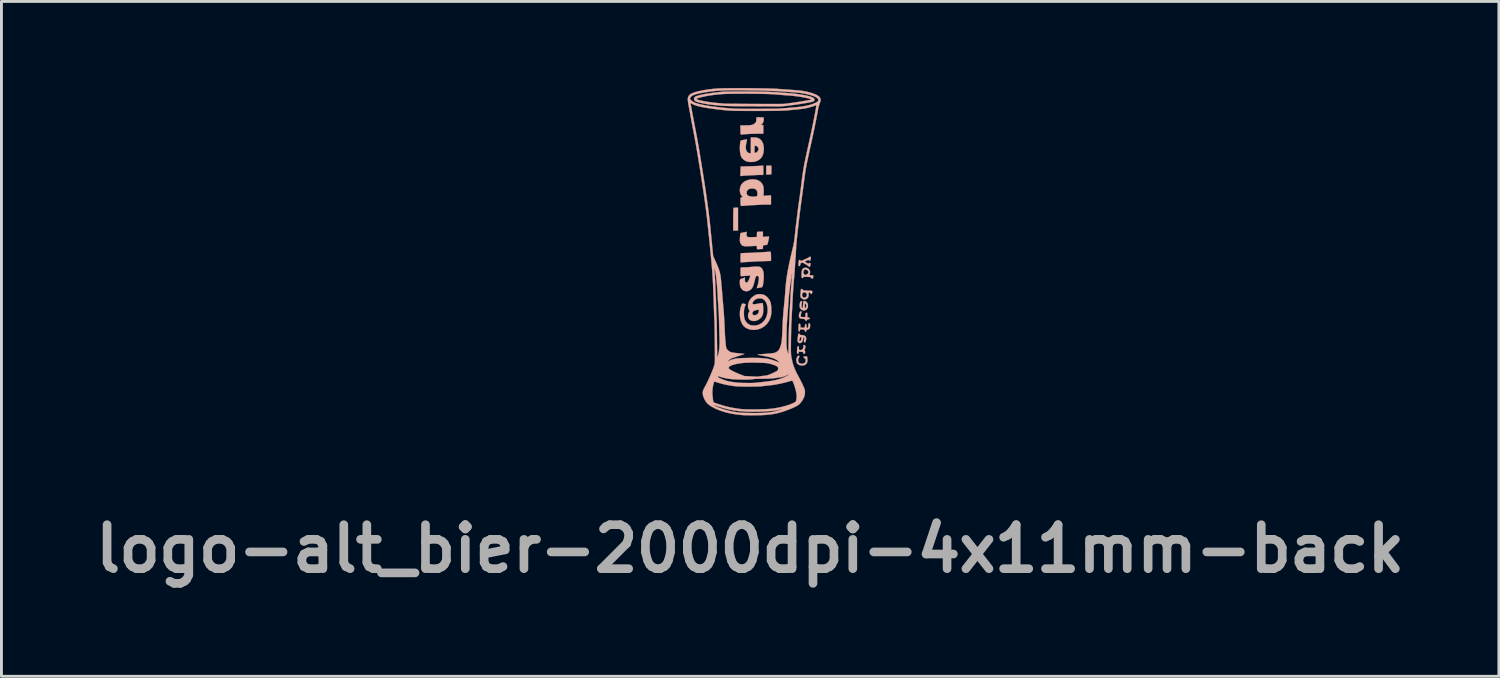
<source format=kicad_pcb>
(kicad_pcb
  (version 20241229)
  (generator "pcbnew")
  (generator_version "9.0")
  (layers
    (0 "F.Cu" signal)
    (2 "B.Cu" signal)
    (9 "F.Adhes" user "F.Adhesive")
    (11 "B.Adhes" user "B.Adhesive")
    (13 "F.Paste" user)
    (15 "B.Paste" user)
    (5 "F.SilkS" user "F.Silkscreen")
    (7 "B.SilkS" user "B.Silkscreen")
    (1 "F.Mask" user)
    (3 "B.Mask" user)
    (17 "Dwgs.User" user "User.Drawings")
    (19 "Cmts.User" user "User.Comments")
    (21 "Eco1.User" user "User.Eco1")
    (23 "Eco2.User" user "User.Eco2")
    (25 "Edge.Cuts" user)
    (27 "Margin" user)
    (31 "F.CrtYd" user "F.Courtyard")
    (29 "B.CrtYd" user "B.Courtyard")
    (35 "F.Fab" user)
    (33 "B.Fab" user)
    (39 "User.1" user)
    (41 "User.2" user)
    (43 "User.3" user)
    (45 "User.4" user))
  (footprint "logo-alt_bier-2000dpi-4x11mm-back"
    (layer "F.Cu")
    (at 22.94 5.663)
    (property "Reference" "logo-alt_bier-2000dpi-4x11mm-back" (at 0 10.3 0) (layer "F.Fab") (effects (font (size 1.524 1.524) (thickness 0.3))))
    (attr through_hole)
    (fp_poly (pts (xy -0.495 -1.517) (xy -0.536 -1.515) (xy -0.566 -1.513) (xy -0.577 -1.512) (xy -0.579 -1.5) (xy -0.582 -1.465) (xy -0.583 -1.411) (xy -0.585 -1.341) (xy -0.586 -1.257) (xy -0.587 -1.164) (xy -0.587 -1.118) (xy -0.587 -0.724) (xy -0.421 -0.724) (xy -0.421 -1.52) (xy -0.495 -1.517)) (stroke (width 0.01) (type solid)) (fill yes) (layer "B.SilkS"))
    (fp_poly (pts (xy 0.645 -2.974) (xy 0.556 -2.97) (xy 0.556 -2.667) (xy 0.645 -2.667) (xy 0.697 -2.669) (xy 0.726 -2.674) (xy 0.735 -2.683) (xy 0.735 -2.708) (xy 0.735 -2.75) (xy 0.735 -2.801) (xy 0.736 -2.855) (xy 0.736 -2.904) (xy 0.735 -2.941) (xy 0.735 -2.959) (xy 0.73 -2.969) (xy 0.713 -2.974) (xy 0.678 -2.975) (xy 0.645 -2.974)) (stroke (width 0.01) (type solid)) (fill yes) (layer "B.SilkS"))
    (fp_poly (pts (xy 0.337 -2.967) (xy 0.288 -2.964) (xy 0.219 -2.961) (xy 0.137 -2.958) (xy 0.048 -2.954) (xy -0.042 -2.952) (xy -0.053 -2.951) (xy -0.134 -2.949) (xy -0.205 -2.947) (xy -0.263 -2.945) (xy -0.305 -2.943) (xy -0.326 -2.942) (xy -0.328 -2.942) (xy -0.329 -2.929) (xy -0.331 -2.896) (xy -0.333 -2.847) (xy -0.335 -2.787) (xy -0.335 -2.778) (xy -0.34 -2.616) (xy -0.3 -2.616) (xy -0.271 -2.618) (xy -0.255 -2.622) (xy -0.255 -2.622) (xy -0.241 -2.625) (xy -0.206 -2.628) (xy -0.155 -2.631) (xy -0.092 -2.634) (xy -0.059 -2.636) (xy 0.014 -2.639) (xy 0.083 -2.642) (xy 0.143 -2.645) (xy 0.185 -2.647) (xy 0.194 -2.648) (xy 0.24 -2.65) (xy 0.298 -2.652) (xy 0.356 -2.653) (xy 0.455 -2.654) (xy 0.455 -2.975) (xy 0.337 -2.967)) (stroke (width 0.01) (type solid)) (fill yes) (layer "B.SilkS"))
    (fp_poly (pts (xy 1.678 3.609) (xy 1.649 3.626) (xy 1.623 3.662) (xy 1.605 3.708) (xy 1.598 3.759) (xy 1.598 3.762) (xy 1.607 3.834) (xy 1.635 3.889) (xy 1.682 3.926) (xy 1.746 3.946) (xy 1.795 3.95) (xy 1.86 3.944) (xy 1.907 3.927) (xy 1.911 3.925) (xy 1.949 3.889) (xy 1.975 3.839) (xy 1.987 3.784) (xy 1.982 3.741) (xy 1.976 3.708) (xy 1.979 3.683) (xy 1.98 3.682) (xy 1.983 3.659) (xy 1.964 3.642) (xy 1.927 3.633) (xy 1.907 3.632) (xy 1.872 3.634) (xy 1.856 3.641) (xy 1.852 3.657) (xy 1.852 3.658) (xy 1.863 3.683) (xy 1.882 3.695) (xy 1.909 3.717) (xy 1.923 3.753) (xy 1.922 3.795) (xy 1.909 3.835) (xy 1.883 3.865) (xy 1.873 3.871) (xy 1.819 3.888) (xy 1.762 3.887) (xy 1.713 3.871) (xy 1.692 3.855) (xy 1.668 3.814) (xy 1.66 3.763) (xy 1.669 3.712) (xy 1.688 3.678) (xy 1.705 3.647) (xy 1.705 3.622) (xy 1.691 3.609) (xy 1.678 3.609)) (stroke (width 0.01) (type solid)) (fill yes) (layer "B.SilkS"))
    (fp_poly (pts (xy 1.734 2.084) (xy 1.714 2.114) (xy 1.698 2.156) (xy 1.689 2.205) (xy 1.688 2.224) (xy 1.693 2.272) (xy 1.714 2.305) (xy 1.754 2.325) (xy 1.815 2.334) (xy 1.818 2.334) (xy 1.863 2.338) (xy 1.889 2.344) (xy 1.901 2.354) (xy 1.905 2.367) (xy 1.916 2.389) (xy 1.936 2.399) (xy 1.956 2.396) (xy 1.966 2.38) (xy 1.966 2.377) (xy 1.972 2.359) (xy 1.992 2.35) (xy 2.014 2.347) (xy 2.046 2.341) (xy 2.06 2.329) (xy 2.061 2.318) (xy 2.055 2.299) (xy 2.031 2.29) (xy 2.02 2.288) (xy 1.979 2.284) (xy 1.979 2.203) (xy 1.978 2.158) (xy 1.974 2.133) (xy 1.966 2.123) (xy 1.955 2.121) (xy 1.934 2.128) (xy 1.921 2.15) (xy 1.916 2.192) (xy 1.915 2.217) (xy 1.915 2.273) (xy 1.853 2.273) (xy 1.812 2.272) (xy 1.779 2.268) (xy 1.77 2.266) (xy 1.755 2.247) (xy 1.751 2.212) (xy 1.759 2.166) (xy 1.77 2.137) (xy 1.781 2.1) (xy 1.777 2.079) (xy 1.776 2.078) (xy 1.755 2.071) (xy 1.734 2.084)) (stroke (width 0.01) (type solid)) (fill yes) (layer "B.SilkS"))
    (fp_poly (pts (xy 1.852 1.723) (xy 1.842 1.751) (xy 1.835 1.801) (xy 1.832 1.841) (xy 1.827 1.895) (xy 1.822 1.937) (xy 1.816 1.963) (xy 1.813 1.968) (xy 1.799 1.959) (xy 1.787 1.941) (xy 1.779 1.909) (xy 1.78 1.859) (xy 1.79 1.787) (xy 1.796 1.755) (xy 1.8 1.726) (xy 1.794 1.716) (xy 1.774 1.717) (xy 1.749 1.732) (xy 1.73 1.769) (xy 1.717 1.823) (xy 1.713 1.877) (xy 1.722 1.94) (xy 1.749 1.991) (xy 1.789 2.026) (xy 1.839 2.043) (xy 1.894 2.04) (xy 1.931 2.025) (xy 1.971 1.99) (xy 1.995 1.942) (xy 2.004 1.886) (xy 2.002 1.868) (xy 1.946 1.868) (xy 1.945 1.896) (xy 1.935 1.924) (xy 1.918 1.958) (xy 1.904 1.967) (xy 1.895 1.951) (xy 1.89 1.911) (xy 1.89 1.887) (xy 1.892 1.834) (xy 1.9 1.804) (xy 1.911 1.798) (xy 1.926 1.816) (xy 1.935 1.834) (xy 1.946 1.868) (xy 2.002 1.868) (xy 1.998 1.83) (xy 1.977 1.779) (xy 1.941 1.741) (xy 1.928 1.734) (xy 1.892 1.717) (xy 1.868 1.712) (xy 1.852 1.723)) (stroke (width 0.01) (type solid)) (fill yes) (layer "B.SilkS"))
    (fp_poly (pts (xy 1.845 3.242) (xy 1.841 3.257) (xy 1.845 3.284) (xy 1.847 3.319) (xy 1.837 3.348) (xy 1.82 3.374) (xy 1.795 3.402) (xy 1.771 3.413) (xy 1.739 3.414) (xy 1.693 3.41) (xy 1.689 3.343) (xy 1.685 3.303) (xy 1.678 3.283) (xy 1.665 3.277) (xy 1.662 3.277) (xy 1.646 3.285) (xy 1.634 3.313) (xy 1.627 3.362) (xy 1.624 3.434) (xy 1.623 3.458) (xy 1.624 3.503) (xy 1.627 3.529) (xy 1.635 3.541) (xy 1.648 3.543) (xy 1.649 3.543) (xy 1.67 3.535) (xy 1.682 3.506) (xy 1.683 3.504) (xy 1.691 3.477) (xy 1.705 3.469) (xy 1.728 3.472) (xy 1.77 3.478) (xy 1.803 3.48) (xy 1.829 3.484) (xy 1.838 3.499) (xy 1.839 3.512) (xy 1.845 3.537) (xy 1.862 3.543) (xy 1.887 3.539) (xy 1.894 3.535) (xy 1.901 3.516) (xy 1.903 3.484) (xy 1.9 3.45) (xy 1.894 3.423) (xy 1.888 3.413) (xy 1.881 3.403) (xy 1.893 3.379) (xy 1.894 3.378) (xy 1.912 3.337) (xy 1.915 3.297) (xy 1.904 3.263) (xy 1.879 3.242) (xy 1.861 3.239) (xy 1.845 3.242)) (stroke (width 0.01) (type solid)) (fill yes) (layer "B.SilkS"))
    (fp_poly (pts (xy 0.24 -4.649) (xy 0.236 -4.649) (xy 0.223 -4.645) (xy 0.216 -4.629) (xy 0.214 -4.596) (xy 0.213 -4.571) (xy 0.212 -4.526) (xy 0.206 -4.496) (xy 0.191 -4.472) (xy 0.166 -4.445) (xy 0.133 -4.418) (xy 0.095 -4.397) (xy 0.047 -4.383) (xy -0.014 -4.374) (xy -0.093 -4.37) (xy -0.178 -4.369) (xy -0.339 -4.369) (xy -0.337 -4.239) (xy -0.336 -4.181) (xy -0.335 -4.13) (xy -0.334 -4.093) (xy -0.333 -4.08) (xy -0.326 -4.057) (xy -0.303 -4.051) (xy -0.278 -4.053) (xy -0.268 -4.056) (xy -0.254 -4.059) (xy -0.218 -4.062) (xy -0.166 -4.065) (xy -0.101 -4.069) (xy -0.027 -4.073) (xy 0.052 -4.076) (xy 0.13 -4.079) (xy 0.205 -4.081) (xy 0.271 -4.083) (xy 0.325 -4.083) (xy 0.455 -4.083) (xy 0.455 -4.381) (xy 0.374 -4.381) (xy 0.406 -4.416) (xy 0.433 -4.449) (xy 0.454 -4.48) (xy 0.455 -4.482) (xy 0.462 -4.507) (xy 0.468 -4.545) (xy 0.471 -4.586) (xy 0.471 -4.621) (xy 0.467 -4.64) (xy 0.466 -4.641) (xy 0.452 -4.643) (xy 0.42 -4.646) (xy 0.376 -4.648) (xy 0.326 -4.649) (xy 0.279 -4.65) (xy 0.24 -4.649)) (stroke (width 0.01) (type solid)) (fill yes) (layer "B.SilkS"))
    (fp_poly (pts (xy 0.653 0.01) (xy 0.605 0.013) (xy 0.592 0.014) (xy 0.542 0.018) (xy 0.475 0.022) (xy 0.397 0.027) (xy 0.316 0.031) (xy 0.285 0.032) (xy 0.212 0.035) (xy 0.146 0.039) (xy 0.091 0.042) (xy 0.054 0.044) (xy 0.042 0.045) (xy 0.015 0.047) (xy -0.031 0.049) (xy -0.09 0.051) (xy -0.155 0.052) (xy -0.158 0.052) (xy -0.22 0.054) (xy -0.272 0.057) (xy -0.31 0.061) (xy -0.327 0.066) (xy -0.328 0.066) (xy -0.331 0.083) (xy -0.333 0.12) (xy -0.335 0.171) (xy -0.335 0.226) (xy -0.335 0.375) (xy -0.302 0.376) (xy -0.277 0.376) (xy -0.266 0.374) (xy -0.253 0.372) (xy -0.219 0.369) (xy -0.168 0.366) (xy -0.107 0.363) (xy -0.085 0.362) (xy -0.017 0.358) (xy 0.043 0.355) (xy 0.091 0.352) (xy 0.12 0.349) (xy 0.124 0.348) (xy 0.146 0.347) (xy 0.188 0.344) (xy 0.248 0.342) (xy 0.321 0.339) (xy 0.402 0.336) (xy 0.438 0.335) (xy 0.722 0.326) (xy 0.722 0.171) (xy 0.72 0.096) (xy 0.717 0.044) (xy 0.712 0.016) (xy 0.708 0.01) (xy 0.689 0.009) (xy 0.653 0.01)) (stroke (width 0.01) (type solid)) (fill yes) (layer "B.SilkS"))
    (fp_poly (pts (xy 1.675 2.848) (xy 1.666 2.862) (xy 1.66 2.893) (xy 1.657 2.924) (xy 1.651 2.977) (xy 1.645 3.027) (xy 1.641 3.054) (xy 1.643 3.104) (xy 1.661 3.142) (xy 1.691 3.167) (xy 1.727 3.175) (xy 1.765 3.163) (xy 1.786 3.145) (xy 1.815 3.1) (xy 1.834 3.041) (xy 1.839 2.995) (xy 1.841 2.98) (xy 1.775 2.98) (xy 1.773 3.015) (xy 1.772 3.016) (xy 1.763 3.06) (xy 1.748 3.091) (xy 1.731 3.108) (xy 1.716 3.108) (xy 1.704 3.088) (xy 1.702 3.077) (xy 1.704 3.045) (xy 1.716 3.009) (xy 1.733 2.978) (xy 1.752 2.96) (xy 1.758 2.959) (xy 1.77 2.963) (xy 1.775 2.98) (xy 1.841 2.98) (xy 1.843 2.97) (xy 1.855 2.966) (xy 1.86 2.968) (xy 1.872 2.978) (xy 1.876 3) (xy 1.872 3.034) (xy 1.867 3.075) (xy 1.862 3.109) (xy 1.861 3.118) (xy 1.867 3.14) (xy 1.886 3.147) (xy 1.906 3.145) (xy 1.919 3.128) (xy 1.927 3.103) (xy 1.94 3.029) (xy 1.934 2.972) (xy 1.908 2.931) (xy 1.862 2.906) (xy 1.796 2.896) (xy 1.782 2.896) (xy 1.745 2.893) (xy 1.727 2.883) (xy 1.721 2.87) (xy 1.705 2.849) (xy 1.689 2.845) (xy 1.675 2.848)) (stroke (width 0.01) (type solid)) (fill yes) (layer "B.SilkS"))
    (fp_poly (pts (xy 2.029 2.487) (xy 2.019 2.515) (xy 2.017 2.548) (xy 2.012 2.601) (xy 1.998 2.638) (xy 1.977 2.654) (xy 1.973 2.654) (xy 1.961 2.646) (xy 1.954 2.618) (xy 1.951 2.581) (xy 1.947 2.537) (xy 1.939 2.514) (xy 1.928 2.508) (xy 1.914 2.519) (xy 1.902 2.553) (xy 1.898 2.576) (xy 1.886 2.643) (xy 1.815 2.639) (xy 1.744 2.635) (xy 1.74 2.569) (xy 1.736 2.529) (xy 1.729 2.508) (xy 1.716 2.502) (xy 1.713 2.502) (xy 1.696 2.505) (xy 1.685 2.519) (xy 1.678 2.546) (xy 1.675 2.59) (xy 1.674 2.655) (xy 1.674 2.709) (xy 1.676 2.743) (xy 1.681 2.761) (xy 1.69 2.768) (xy 1.699 2.769) (xy 1.719 2.761) (xy 1.725 2.738) (xy 1.727 2.714) (xy 1.738 2.701) (xy 1.762 2.697) (xy 1.804 2.7) (xy 1.817 2.701) (xy 1.858 2.706) (xy 1.88 2.714) (xy 1.89 2.727) (xy 1.892 2.742) (xy 1.903 2.771) (xy 1.921 2.779) (xy 1.939 2.766) (xy 1.947 2.744) (xy 1.957 2.716) (xy 1.977 2.706) (xy 1.991 2.705) (xy 2.026 2.696) (xy 2.049 2.68) (xy 2.066 2.647) (xy 2.076 2.602) (xy 2.078 2.554) (xy 2.072 2.514) (xy 2.064 2.497) (xy 2.044 2.48) (xy 2.029 2.487)) (stroke (width 0.01) (type solid)) (fill yes) (layer "B.SilkS"))
    (fp_poly (pts (xy 1.885 0.565) (xy 1.838 0.586) (xy 1.805 0.621) (xy 1.796 0.648) (xy 1.788 0.691) (xy 1.782 0.744) (xy 1.78 0.799) (xy 1.78 0.85) (xy 1.783 0.89) (xy 1.79 0.91) (xy 1.811 0.92) (xy 1.831 0.912) (xy 1.839 0.894) (xy 1.846 0.884) (xy 1.87 0.878) (xy 1.914 0.876) (xy 1.92 0.876) (xy 2.005 0.878) (xy 2.066 0.885) (xy 2.103 0.896) (xy 2.118 0.913) (xy 2.119 0.916) (xy 2.128 0.934) (xy 2.151 0.941) (xy 2.173 0.932) (xy 2.174 0.931) (xy 2.179 0.914) (xy 2.182 0.882) (xy 2.182 0.874) (xy 2.182 0.826) (xy 2.117 0.826) (xy 2.079 0.825) (xy 2.061 0.82) (xy 2.057 0.81) (xy 2.06 0.797) (xy 2.073 0.745) (xy 2.075 0.718) (xy 2.017 0.718) (xy 2.006 0.754) (xy 1.979 0.787) (xy 1.943 0.809) (xy 1.922 0.813) (xy 1.889 0.804) (xy 1.865 0.787) (xy 1.845 0.751) (xy 1.842 0.707) (xy 1.855 0.664) (xy 1.882 0.632) (xy 1.882 0.632) (xy 1.916 0.623) (xy 1.954 0.632) (xy 1.988 0.656) (xy 2.011 0.689) (xy 2.017 0.718) (xy 2.075 0.718) (xy 2.076 0.707) (xy 2.07 0.674) (xy 2.063 0.657) (xy 2.032 0.608) (xy 1.988 0.576) (xy 1.937 0.562) (xy 1.885 0.565)) (stroke (width 0.01) (type solid)) (fill yes) (layer "B.SilkS"))
    (fp_poly (pts (xy 1.768 1.304) (xy 1.758 1.32) (xy 1.753 1.352) (xy 1.753 1.365) (xy 1.749 1.417) (xy 1.744 1.475) (xy 1.742 1.502) (xy 1.739 1.544) (xy 1.742 1.571) (xy 1.755 1.594) (xy 1.78 1.619) (xy 1.83 1.654) (xy 1.884 1.664) (xy 1.941 1.649) (xy 1.962 1.638) (xy 2.004 1.597) (xy 2.025 1.542) (xy 2.025 1.502) (xy 1.966 1.502) (xy 1.956 1.545) (xy 1.931 1.577) (xy 1.897 1.596) (xy 1.859 1.597) (xy 1.824 1.579) (xy 1.82 1.574) (xy 1.8 1.537) (xy 1.798 1.496) (xy 1.81 1.456) (xy 1.835 1.425) (xy 1.87 1.41) (xy 1.877 1.41) (xy 1.913 1.421) (xy 1.945 1.449) (xy 1.964 1.485) (xy 1.966 1.502) (xy 2.025 1.502) (xy 2.025 1.479) (xy 2.021 1.444) (xy 2.025 1.428) (xy 2.038 1.423) (xy 2.05 1.422) (xy 2.079 1.431) (xy 2.089 1.448) (xy 2.104 1.468) (xy 2.119 1.473) (xy 2.136 1.465) (xy 2.145 1.438) (xy 2.147 1.426) (xy 2.15 1.392) (xy 2.148 1.37) (xy 2.148 1.368) (xy 2.133 1.363) (xy 2.101 1.36) (xy 2.075 1.359) (xy 2.027 1.358) (xy 1.968 1.355) (xy 1.911 1.351) (xy 1.861 1.346) (xy 1.832 1.34) (xy 1.818 1.332) (xy 1.814 1.32) (xy 1.814 1.318) (xy 1.807 1.3) (xy 1.785 1.298) (xy 1.768 1.304)) (stroke (width 0.01) (type solid)) (fill yes) (layer "B.SilkS"))
    (fp_poly (pts (xy 2.059 0.182) (xy 2.046 0.195) (xy 2.032 0.206) (xy 1.999 0.223) (xy 1.955 0.246) (xy 1.904 0.269) (xy 1.852 0.292) (xy 1.806 0.312) (xy 1.77 0.325) (xy 1.751 0.33) (xy 1.739 0.32) (xy 1.738 0.311) (xy 1.727 0.295) (xy 1.714 0.292) (xy 1.695 0.301) (xy 1.682 0.331) (xy 1.676 0.382) (xy 1.674 0.441) (xy 1.675 0.48) (xy 1.679 0.5) (xy 1.689 0.507) (xy 1.703 0.506) (xy 1.723 0.497) (xy 1.733 0.475) (xy 1.735 0.455) (xy 1.742 0.421) (xy 1.761 0.401) (xy 1.776 0.394) (xy 1.795 0.387) (xy 1.814 0.387) (xy 1.838 0.396) (xy 1.874 0.414) (xy 1.916 0.439) (xy 1.962 0.467) (xy 1.999 0.492) (xy 2.021 0.51) (xy 2.026 0.516) (xy 2.042 0.531) (xy 2.055 0.533) (xy 2.07 0.527) (xy 2.08 0.503) (xy 2.085 0.475) (xy 2.088 0.438) (xy 2.088 0.411) (xy 2.086 0.405) (xy 2.067 0.394) (xy 2.045 0.4) (xy 2.034 0.413) (xy 2.026 0.422) (xy 2.01 0.419) (xy 1.979 0.404) (xy 1.968 0.398) (xy 1.925 0.373) (xy 1.904 0.356) (xy 1.902 0.344) (xy 1.92 0.331) (xy 1.947 0.319) (xy 1.998 0.299) (xy 2.029 0.293) (xy 2.042 0.301) (xy 2.042 0.305) (xy 2.053 0.315) (xy 2.066 0.318) (xy 2.084 0.31) (xy 2.094 0.285) (xy 2.098 0.268) (xy 2.101 0.23) (xy 2.099 0.202) (xy 2.098 0.198) (xy 2.081 0.18) (xy 2.059 0.182)) (stroke (width 0.01) (type solid)) (fill yes) (layer "B.SilkS"))
    (fp_poly (pts (xy 0.284 -0.684) (xy 0.251 -0.68) (xy 0.238 -0.672) (xy 0.238 -0.67) (xy 0.237 -0.649) (xy 0.235 -0.612) (xy 0.234 -0.578) (xy 0.233 -0.502) (xy 0.076 -0.498) (xy 0.009 -0.496) (xy -0.038 -0.497) (xy -0.069 -0.5) (xy -0.09 -0.505) (xy -0.104 -0.514) (xy -0.107 -0.517) (xy -0.121 -0.534) (xy -0.127 -0.557) (xy -0.127 -0.593) (xy -0.125 -0.61) (xy -0.118 -0.681) (xy -0.225 -0.662) (xy -0.287 -0.649) (xy -0.325 -0.636) (xy -0.34 -0.623) (xy -0.344 -0.603) (xy -0.348 -0.563) (xy -0.352 -0.511) (xy -0.354 -0.47) (xy -0.356 -0.408) (xy -0.356 -0.365) (xy -0.352 -0.334) (xy -0.344 -0.307) (xy -0.33 -0.279) (xy -0.309 -0.243) (xy -0.286 -0.216) (xy -0.256 -0.198) (xy -0.217 -0.187) (xy -0.163 -0.182) (xy -0.091 -0.182) (xy -0.021 -0.184) (xy 0.048 -0.188) (xy 0.111 -0.19) (xy 0.161 -0.193) (xy 0.194 -0.194) (xy 0.201 -0.195) (xy 0.22 -0.194) (xy 0.23 -0.183) (xy 0.233 -0.156) (xy 0.234 -0.14) (xy 0.235 -0.083) (xy 0.285 -0.082) (xy 0.332 -0.083) (xy 0.382 -0.086) (xy 0.388 -0.086) (xy 0.442 -0.09) (xy 0.442 -0.153) (xy 0.444 -0.192) (xy 0.45 -0.211) (xy 0.463 -0.216) (xy 0.464 -0.216) (xy 0.501 -0.219) (xy 0.541 -0.225) (xy 0.576 -0.232) (xy 0.595 -0.239) (xy 0.596 -0.239) (xy 0.601 -0.254) (xy 0.61 -0.287) (xy 0.621 -0.332) (xy 0.632 -0.382) (xy 0.643 -0.432) (xy 0.652 -0.475) (xy 0.657 -0.504) (xy 0.658 -0.512) (xy 0.646 -0.515) (xy 0.615 -0.516) (xy 0.57 -0.515) (xy 0.55 -0.513) (xy 0.442 -0.505) (xy 0.442 -0.686) (xy 0.341 -0.686) (xy 0.284 -0.684)) (stroke (width 0.01) (type solid)) (fill yes) (layer "B.SilkS"))
    (fp_poly (pts (xy 0.064 -3.951) (xy 0.023 -3.95) (xy 0.023 -3.404) (xy -0.013 -3.404) (xy -0.05 -3.412) (xy -0.082 -3.429) (xy -0.123 -3.476) (xy -0.147 -3.539) (xy -0.153 -3.619) (xy -0.143 -3.716) (xy -0.13 -3.778) (xy -0.119 -3.825) (xy -0.112 -3.861) (xy -0.109 -3.881) (xy -0.109 -3.883) (xy -0.122 -3.882) (xy -0.153 -3.878) (xy -0.195 -3.871) (xy -0.24 -3.863) (xy -0.282 -3.855) (xy -0.314 -3.848) (xy -0.328 -3.844) (xy -0.328 -3.844) (xy -0.335 -3.825) (xy -0.343 -3.787) (xy -0.349 -3.734) (xy -0.354 -3.673) (xy -0.357 -3.609) (xy -0.357 -3.602) (xy -0.355 -3.492) (xy -0.343 -3.395) (xy -0.323 -3.314) (xy -0.307 -3.275) (xy -0.267 -3.22) (xy -0.211 -3.17) (xy -0.147 -3.131) (xy -0.112 -3.118) (xy -0.037 -3.103) (xy 0.047 -3.1) (xy 0.13 -3.107) (xy 0.197 -3.122) (xy 0.29 -3.165) (xy 0.363 -3.223) (xy 0.417 -3.296) (xy 0.453 -3.387) (xy 0.471 -3.495) (xy 0.473 -3.524) (xy 0.473 -3.536) (xy 0.29 -3.536) (xy 0.27 -3.488) (xy 0.247 -3.459) (xy 0.215 -3.434) (xy 0.187 -3.418) (xy 0.177 -3.416) (xy 0.165 -3.418) (xy 0.157 -3.425) (xy 0.152 -3.443) (xy 0.151 -3.477) (xy 0.15 -3.53) (xy 0.15 -3.545) (xy 0.15 -3.603) (xy 0.152 -3.64) (xy 0.156 -3.66) (xy 0.163 -3.667) (xy 0.17 -3.665) (xy 0.199 -3.658) (xy 0.209 -3.658) (xy 0.23 -3.649) (xy 0.256 -3.629) (xy 0.259 -3.626) (xy 0.286 -3.583) (xy 0.29 -3.536) (xy 0.473 -3.536) (xy 0.469 -3.64) (xy 0.446 -3.74) (xy 0.405 -3.822) (xy 0.364 -3.87) (xy 0.318 -3.907) (xy 0.267 -3.932) (xy 0.206 -3.947) (xy 0.13 -3.952) (xy 0.064 -3.951)) (stroke (width 0.01) (type solid)) (fill yes) (layer "B.SilkS"))
    (fp_poly (pts (xy 0.056 -2.499) (xy -0.056 -2.483) (xy -0.152 -2.449) (xy -0.232 -2.399) (xy -0.293 -2.335) (xy -0.335 -2.257) (xy -0.356 -2.168) (xy -0.358 -2.127) (xy -0.35 -2.046) (xy -0.325 -1.977) (xy -0.292 -1.927) (xy -0.271 -1.897) (xy -0.269 -1.881) (xy -0.287 -1.877) (xy -0.303 -1.878) (xy -0.317 -1.876) (xy -0.326 -1.862) (xy -0.332 -1.834) (xy -0.335 -1.788) (xy -0.335 -1.719) (xy -0.335 -1.716) (xy -0.335 -1.657) (xy -0.333 -1.616) (xy -0.324 -1.592) (xy -0.305 -1.581) (xy -0.272 -1.579) (xy -0.22 -1.583) (xy -0.174 -1.588) (xy -0.124 -1.592) (xy -0.056 -1.597) (xy 0.022 -1.602) (xy 0.101 -1.606) (xy 0.125 -1.607) (xy 0.194 -1.61) (xy 0.255 -1.614) (xy 0.303 -1.617) (xy 0.333 -1.619) (xy 0.341 -1.62) (xy 0.36 -1.621) (xy 0.399 -1.623) (xy 0.453 -1.624) (xy 0.518 -1.624) (xy 0.541 -1.625) (xy 0.722 -1.626) (xy 0.722 -1.946) (xy 0.452 -1.928) (xy 0.461 -1.956) (xy 0.465 -1.981) (xy 0.468 -2.017) (xy 0.251 -2.017) (xy 0.25 -1.964) (xy 0.243 -1.931) (xy 0.226 -1.913) (xy 0.195 -1.905) (xy 0.158 -1.902) (xy 0.059 -1.902) (xy -0.018 -1.913) (xy -0.072 -1.935) (xy -0.09 -1.949) (xy -0.114 -1.98) (xy -0.122 -2.019) (xy -0.123 -2.037) (xy -0.112 -2.094) (xy -0.08 -2.138) (xy -0.029 -2.168) (xy 0.041 -2.183) (xy 0.074 -2.184) (xy 0.145 -2.175) (xy 0.199 -2.149) (xy 0.234 -2.105) (xy 0.25 -2.043) (xy 0.251 -2.017) (xy 0.468 -2.017) (xy 0.468 -2.024) (xy 0.47 -2.077) (xy 0.47 -2.107) (xy 0.465 -2.202) (xy 0.449 -2.278) (xy 0.42 -2.34) (xy 0.376 -2.395) (xy 0.356 -2.414) (xy 0.289 -2.46) (xy 0.214 -2.488) (xy 0.125 -2.5) (xy 0.056 -2.499)) (stroke (width 0.01) (type solid)) (fill yes) (layer "B.SilkS"))
    (fp_poly (pts (xy 0.187 0.525) (xy 0.138 0.527) (xy 0.077 0.531) (xy 0.026 0.535) (xy -0.011 0.538) (xy -0.028 0.54) (xy -0.029 0.541) (xy -0.044 0.543) (xy -0.079 0.545) (xy -0.128 0.547) (xy -0.184 0.548) (xy -0.249 0.55) (xy -0.292 0.553) (xy -0.318 0.557) (xy -0.331 0.563) (xy -0.333 0.571) (xy -0.334 0.591) (xy -0.334 0.631) (xy -0.334 0.683) (xy -0.334 0.724) (xy -0.333 0.784) (xy -0.332 0.822) (xy -0.328 0.844) (xy -0.321 0.854) (xy -0.311 0.855) (xy -0.311 0.855) (xy -0.29 0.853) (xy -0.25 0.851) (xy -0.196 0.847) (xy -0.141 0.844) (xy 0.007 0.835) (xy -0.024 0.929) (xy -0.043 0.979) (xy -0.064 1.023) (xy -0.083 1.052) (xy -0.085 1.053) (xy -0.109 1.073) (xy -0.129 1.076) (xy -0.148 1.069) (xy -0.167 1.057) (xy -0.178 1.038) (xy -0.182 1.007) (xy -0.182 0.958) (xy -0.181 0.95) (xy -0.179 0.903) (xy -0.259 0.93) (xy -0.301 0.945) (xy -0.334 0.96) (xy -0.348 0.97) (xy -0.354 0.992) (xy -0.357 1.032) (xy -0.357 1.081) (xy -0.355 1.133) (xy -0.35 1.18) (xy -0.345 1.209) (xy -0.318 1.267) (xy -0.277 1.319) (xy -0.231 1.353) (xy -0.162 1.376) (xy -0.093 1.374) (xy -0.031 1.352) (xy 0.014 1.324) (xy 0.051 1.289) (xy 0.082 1.242) (xy 0.109 1.181) (xy 0.134 1.101) (xy 0.156 1.01) (xy 0.168 0.96) (xy 0.18 0.915) (xy 0.19 0.886) (xy 0.212 0.853) (xy 0.242 0.843) (xy 0.275 0.856) (xy 0.279 0.859) (xy 0.293 0.874) (xy 0.3 0.893) (xy 0.302 0.923) (xy 0.299 0.97) (xy 0.299 0.978) (xy 0.291 1.04) (xy 0.277 1.11) (xy 0.26 1.173) (xy 0.228 1.272) (xy 0.256 1.265) (xy 0.284 1.26) (xy 0.326 1.253) (xy 0.351 1.25) (xy 0.383 1.245) (xy 0.407 1.237) (xy 0.423 1.221) (xy 0.435 1.195) (xy 0.444 1.153) (xy 0.453 1.091) (xy 0.458 1.058) (xy 0.471 0.921) (xy 0.471 0.803) (xy 0.458 0.706) (xy 0.433 0.629) (xy 0.395 0.572) (xy 0.344 0.538) (xy 0.319 0.53) (xy 0.288 0.525) (xy 0.245 0.523) (xy 0.187 0.525)) (stroke (width 0.01) (type solid)) (fill yes) (layer "B.SilkS"))
    (fp_poly (pts (xy 0.28 1.481) (xy 0.24 1.486) (xy 0.205 1.497) (xy 0.164 1.517) (xy 0.152 1.523) (xy 0.066 1.584) (xy -0.001 1.66) (xy -0.048 1.75) (xy -0.073 1.848) (xy -0.075 1.905) (xy -0.067 1.96) (xy -0.052 2.005) (xy -0.031 2.033) (xy -0.029 2.034) (xy -0.015 2.045) (xy -0.015 2.058) (xy -0.027 2.08) (xy -0.035 2.092) (xy -0.063 2.152) (xy -0.075 2.219) (xy -0.069 2.283) (xy -0.066 2.292) (xy -0.037 2.345) (xy 0.009 2.382) (xy 0.067 2.404) (xy 0.132 2.409) (xy 0.202 2.399) (xy 0.271 2.372) (xy 0.336 2.329) (xy 0.355 2.312) (xy 0.395 2.267) (xy 0.424 2.217) (xy 0.442 2.16) (xy 0.452 2.089) (xy 0.452 2.056) (xy 0.302 2.056) (xy 0.296 2.097) (xy 0.283 2.135) (xy 0.254 2.17) (xy 0.213 2.195) (xy 0.167 2.208) (xy 0.125 2.206) (xy 0.094 2.19) (xy 0.075 2.156) (xy 0.078 2.117) (xy 0.099 2.08) (xy 0.136 2.052) (xy 0.17 2.039) (xy 0.215 2.028) (xy 0.237 2.025) (xy 0.302 2.016) (xy 0.302 2.056) (xy 0.452 2.056) (xy 0.453 2) (xy 0.451 1.952) (xy 0.448 1.892) (xy 0.443 1.841) (xy 0.438 1.805) (xy 0.433 1.79) (xy 0.417 1.787) (xy 0.381 1.79) (xy 0.331 1.798) (xy 0.296 1.804) (xy 0.213 1.82) (xy 0.153 1.828) (xy 0.112 1.829) (xy 0.089 1.821) (xy 0.08 1.804) (xy 0.084 1.778) (xy 0.088 1.766) (xy 0.123 1.71) (xy 0.174 1.666) (xy 0.238 1.636) (xy 0.309 1.622) (xy 0.381 1.626) (xy 0.448 1.649) (xy 0.455 1.652) (xy 0.507 1.695) (xy 0.549 1.758) (xy 0.58 1.836) (xy 0.599 1.925) (xy 0.606 2.021) (xy 0.599 2.12) (xy 0.578 2.217) (xy 0.548 2.3) (xy 0.505 2.373) (xy 0.443 2.442) (xy 0.372 2.499) (xy 0.297 2.539) (xy 0.296 2.539) (xy 0.223 2.558) (xy 0.14 2.565) (xy 0.058 2.561) (xy 0.009 2.551) (xy -0.052 2.521) (xy -0.11 2.473) (xy -0.16 2.412) (xy -0.176 2.383) (xy -0.192 2.348) (xy -0.203 2.313) (xy -0.21 2.271) (xy -0.214 2.213) (xy -0.216 2.182) (xy -0.217 2.086) (xy -0.21 2.006) (xy -0.194 1.937) (xy -0.172 1.876) (xy -0.16 1.846) (xy -0.155 1.826) (xy -0.156 1.824) (xy -0.171 1.82) (xy -0.202 1.814) (xy -0.22 1.811) (xy -0.278 1.802) (xy -0.304 1.863) (xy -0.337 1.968) (xy -0.355 2.083) (xy -0.357 2.202) (xy -0.344 2.318) (xy -0.315 2.425) (xy -0.289 2.486) (xy -0.257 2.541) (xy -0.224 2.583) (xy -0.181 2.621) (xy -0.165 2.634) (xy -0.093 2.674) (xy -0.005 2.702) (xy 0.091 2.715) (xy 0.19 2.713) (xy 0.274 2.698) (xy 0.392 2.654) (xy 0.495 2.59) (xy 0.582 2.508) (xy 0.651 2.409) (xy 0.7 2.296) (xy 0.725 2.196) (xy 0.733 2.116) (xy 0.735 2.027) (xy 0.732 1.936) (xy 0.723 1.849) (xy 0.709 1.775) (xy 0.697 1.738) (xy 0.655 1.657) (xy 0.595 1.585) (xy 0.524 1.528) (xy 0.501 1.515) (xy 0.46 1.496) (xy 0.421 1.486) (xy 0.374 1.481) (xy 0.334 1.48) (xy 0.28 1.481)) (stroke (width 0.01) (type solid)) (fill yes) (layer "B.SilkS"))
    (fp_poly (pts (xy -0.375 -5.544) (xy -0.494 -5.544) (xy -0.605 -5.543) (xy -0.706 -5.542) (xy -0.794 -5.541) (xy -0.865 -5.54) (xy -0.918 -5.538) (xy -0.949 -5.536) (xy -1.125 -5.517) (xy -1.277 -5.498) (xy -1.406 -5.481) (xy -1.513 -5.465) (xy -1.599 -5.45) (xy -1.641 -5.441) (xy -1.737 -5.419) (xy -1.811 -5.399) (xy -1.865 -5.381) (xy -1.903 -5.364) (xy -1.927 -5.345) (xy -1.94 -5.324) (xy -1.945 -5.298) (xy -1.946 -5.29) (xy -1.941 -5.258) (xy -1.924 -5.231) (xy -1.894 -5.207) (xy -1.848 -5.186) (xy -1.782 -5.166) (xy -1.695 -5.145) (xy -1.632 -5.132) (xy -1.559 -5.118) (xy -1.487 -5.105) (xy -1.425 -5.095) (xy -1.378 -5.089) (xy -1.368 -5.088) (xy -1.319 -5.083) (xy -1.257 -5.076) (xy -1.191 -5.069) (xy -1.171 -5.067) (xy -1.103 -5.06) (xy -1.033 -5.054) (xy -0.959 -5.049) (xy -0.878 -5.045) (xy -0.788 -5.041) (xy -0.686 -5.038) (xy -0.571 -5.036) (xy -0.44 -5.034) (xy -0.291 -5.032) (xy -0.121 -5.031) (xy 0.071 -5.031) (xy 0.104 -5.031) (xy 0.245 -5.03) (xy 0.379 -5.03) (xy 0.503 -5.029) (xy 0.616 -5.028) (xy 0.715 -5.028) (xy 0.798 -5.027) (xy 0.863 -5.026) (xy 0.907 -5.025) (xy 0.929 -5.024) (xy 0.93 -5.024) (xy 0.953 -5.023) (xy 0.995 -5.024) (xy 1.049 -5.027) (xy 1.096 -5.03) (xy 1.177 -5.037) (xy 1.273 -5.048) (xy 1.379 -5.061) (xy 1.492 -5.076) (xy 1.609 -5.092) (xy 1.724 -5.109) (xy 1.834 -5.127) (xy 1.936 -5.144) (xy 2.025 -5.16) (xy 2.096 -5.174) (xy 2.148 -5.187) (xy 2.153 -5.188) (xy 2.195 -5.203) (xy 2.217 -5.219) (xy 2.228 -5.24) (xy 2.228 -5.241) (xy 2.229 -5.265) (xy 2.114 -5.265) (xy 2.098 -5.258) (xy 2.075 -5.252) (xy 2.031 -5.243) (xy 1.968 -5.232) (xy 1.892 -5.219) (xy 1.804 -5.204) (xy 1.71 -5.189) (xy 1.612 -5.174) (xy 1.514 -5.159) (xy 1.421 -5.146) (xy 1.334 -5.134) (xy 1.259 -5.124) (xy 1.198 -5.116) (xy 1.172 -5.114) (xy 1.149 -5.113) (xy 1.104 -5.112) (xy 1.038 -5.111) (xy 0.954 -5.111) (xy 0.855 -5.111) (xy 0.743 -5.111) (xy 0.62 -5.111) (xy 0.489 -5.111) (xy 0.351 -5.111) (xy 0.21 -5.112) (xy 0.068 -5.112) (xy -0.074 -5.113) (xy -0.212 -5.114) (xy -0.344 -5.115) (xy -0.468 -5.116) (xy -0.581 -5.116) (xy -0.682 -5.117) (xy -0.767 -5.119) (xy -0.835 -5.12) (xy -0.882 -5.121) (xy -0.908 -5.122) (xy -0.91 -5.122) (xy -0.942 -5.126) (xy -0.989 -5.131) (xy -1.042 -5.136) (xy -1.05 -5.137) (xy -1.171 -5.147) (xy -1.289 -5.16) (xy -1.403 -5.175) (xy -1.51 -5.191) (xy -1.607 -5.208) (xy -1.692 -5.225) (xy -1.762 -5.242) (xy -1.816 -5.259) (xy -1.851 -5.275) (xy -1.864 -5.289) (xy -1.861 -5.296) (xy -1.843 -5.305) (xy -1.805 -5.317) (xy -1.751 -5.332) (xy -1.687 -5.348) (xy -1.617 -5.364) (xy -1.546 -5.379) (xy -1.478 -5.393) (xy -1.419 -5.403) (xy -1.418 -5.403) (xy -1.316 -5.417) (xy -1.223 -5.43) (xy -1.134 -5.44) (xy -1.046 -5.448) (xy -0.955 -5.454) (xy -0.859 -5.459) (xy -0.753 -5.463) (xy -0.634 -5.465) (xy -0.498 -5.466) (xy -0.342 -5.467) (xy -0.269 -5.467) (xy -0.088 -5.467) (xy 0.086 -5.466) (xy 0.249 -5.464) (xy 0.4 -5.461) (xy 0.536 -5.458) (xy 0.655 -5.455) (xy 0.755 -5.45) (xy 0.834 -5.446) (xy 0.88 -5.442) (xy 0.918 -5.438) (xy 0.965 -5.434) (xy 1.025 -5.429) (xy 1.102 -5.423) (xy 1.198 -5.416) (xy 1.293 -5.41) (xy 1.414 -5.4) (xy 1.537 -5.387) (xy 1.659 -5.371) (xy 1.776 -5.354) (xy 1.882 -5.335) (xy 1.975 -5.315) (xy 2.049 -5.296) (xy 2.087 -5.283) (xy 2.111 -5.272) (xy 2.114 -5.265) (xy 2.229 -5.265) (xy 2.23 -5.273) (xy 2.216 -5.301) (xy 2.185 -5.327) (xy 2.133 -5.351) (xy 2.061 -5.375) (xy 1.998 -5.391) (xy 1.904 -5.412) (xy 1.791 -5.432) (xy 1.665 -5.451) (xy 1.531 -5.468) (xy 1.396 -5.482) (xy 1.266 -5.492) (xy 1.236 -5.494) (xy 1.176 -5.497) (xy 1.126 -5.501) (xy 1.092 -5.504) (xy 1.077 -5.506) (xy 1.077 -5.506) (xy 1.063 -5.508) (xy 1.027 -5.51) (xy 0.976 -5.513) (xy 0.913 -5.517) (xy 0.88 -5.518) (xy 0.811 -5.522) (xy 0.748 -5.525) (xy 0.698 -5.529) (xy 0.665 -5.532) (xy 0.658 -5.533) (xy 0.636 -5.535) (xy 0.591 -5.537) (xy 0.526 -5.539) (xy 0.444 -5.54) (xy 0.348 -5.541) (xy 0.24 -5.542) (xy 0.124 -5.543) (xy 0.001 -5.544) (xy -0.125 -5.544) (xy -0.251 -5.544) (xy -0.375 -5.544)) (stroke (width 0.01) (type solid)) (fill yes) (layer "B.SilkS"))
    (fp_poly (pts (xy -0.624 -5.657) (xy -0.752 -5.656) (xy -0.868 -5.655) (xy -0.969 -5.653) (xy -1.051 -5.651) (xy -1.112 -5.648) (xy -1.12 -5.648) (xy -1.29 -5.633) (xy -1.459 -5.613) (xy -1.621 -5.587) (xy -1.768 -5.557) (xy -1.87 -5.532) (xy -1.969 -5.501) (xy -2.044 -5.467) (xy -2.099 -5.429) (xy -2.135 -5.385) (xy -2.155 -5.331) (xy -2.161 -5.266) (xy -2.161 -5.265) (xy -2.159 -5.231) (xy -2.152 -5.178) (xy -2.142 -5.109) (xy -2.128 -5.031) (xy -2.113 -4.949) (xy -2.111 -4.938) (xy -2.094 -4.85) (xy -2.078 -4.763) (xy -2.062 -4.681) (xy -2.049 -4.611) (xy -2.04 -4.559) (xy -2.04 -4.559) (xy -2.032 -4.51) (xy -2.019 -4.442) (xy -2.003 -4.36) (xy -1.986 -4.271) (xy -1.968 -4.18) (xy -1.963 -4.153) (xy -1.939 -4.03) (xy -1.912 -3.884) (xy -1.883 -3.72) (xy -1.852 -3.539) (xy -1.819 -3.346) (xy -1.786 -3.144) (xy -1.752 -2.934) (xy -1.718 -2.722) (xy -1.685 -2.508) (xy -1.652 -2.298) (xy -1.622 -2.093) (xy -1.593 -1.897) (xy -1.567 -1.713) (xy -1.543 -1.545) (xy -1.523 -1.394) (xy -1.521 -1.372) (xy -1.512 -1.297) (xy -1.501 -1.201) (xy -1.488 -1.086) (xy -1.474 -0.956) (xy -1.459 -0.814) (xy -1.443 -0.663) (xy -1.427 -0.507) (xy -1.411 -0.349) (xy -1.395 -0.193) (xy -1.38 -0.041) (xy -1.367 0.102) (xy -1.354 0.234) (xy -1.349 0.292) (xy -1.341 0.379) (xy -1.334 0.461) (xy -1.327 0.534) (xy -1.322 0.592) (xy -1.318 0.632) (xy -1.317 0.641) (xy -1.314 0.683) (xy -1.31 0.741) (xy -1.306 0.803) (xy -1.304 0.826) (xy -1.3 0.893) (xy -1.296 0.965) (xy -1.292 1.028) (xy -1.292 1.041) (xy -1.289 1.09) (xy -1.286 1.156) (xy -1.283 1.231) (xy -1.28 1.309) (xy -1.279 1.327) (xy -1.276 1.411) (xy -1.272 1.503) (xy -1.269 1.591) (xy -1.266 1.665) (xy -1.266 1.67) (xy -1.264 1.733) (xy -1.261 1.815) (xy -1.258 1.906) (xy -1.255 2.001) (xy -1.252 2.076) (xy -1.25 2.157) (xy -1.247 2.232) (xy -1.244 2.296) (xy -1.241 2.345) (xy -1.239 2.373) (xy -1.239 2.375) (xy -1.237 2.396) (xy -1.236 2.439) (xy -1.234 2.503) (xy -1.233 2.586) (xy -1.231 2.684) (xy -1.23 2.795) (xy -1.228 2.917) (xy -1.226 3.047) (xy -1.225 3.143) (xy -1.224 3.297) (xy -1.223 3.428) (xy -1.222 3.538) (xy -1.222 3.629) (xy -1.222 3.703) (xy -1.223 3.763) (xy -1.224 3.81) (xy -1.226 3.848) (xy -1.228 3.877) (xy -1.232 3.9) (xy -1.236 3.92) (xy -1.241 3.938) (xy -1.244 3.95) (xy -1.269 4.022) (xy -1.302 4.109) (xy -1.341 4.206) (xy -1.385 4.308) (xy -1.43 4.41) (xy -1.475 4.506) (xy -1.518 4.592) (xy -1.555 4.663) (xy -1.574 4.696) (xy -1.616 4.775) (xy -1.64 4.847) (xy -1.646 4.919) (xy -1.632 4.995) (xy -1.601 5.08) (xy -1.577 5.131) (xy -1.532 5.206) (xy -1.479 5.269) (xy -1.41 5.326) (xy -1.346 5.369) (xy -1.202 5.446) (xy -1.038 5.513) (xy -0.856 5.57) (xy -0.659 5.615) (xy -0.45 5.649) (xy -0.307 5.664) (xy -0.22 5.67) (xy -0.114 5.673) (xy 0.006 5.675) (xy 0.132 5.675) (xy 0.259 5.673) (xy 0.381 5.67) (xy 0.491 5.665) (xy 0.584 5.658) (xy 0.601 5.656) (xy 0.679 5.647) (xy 0.765 5.636) (xy 0.845 5.623) (xy 0.898 5.613) (xy 1.001 5.588) (xy 1.117 5.554) (xy 1.24 5.513) (xy 1.362 5.467) (xy 1.367 5.465) (xy 1.123 5.465) (xy 1.115 5.471) (xy 1.087 5.481) (xy 1.045 5.494) (xy 0.992 5.508) (xy 0.934 5.523) (xy 0.877 5.536) (xy 0.842 5.543) (xy 0.735 5.562) (xy 0.625 5.576) (xy 0.509 5.586) (xy 0.381 5.592) (xy 0.238 5.595) (xy 0.075 5.595) (xy 0.036 5.594) (xy -0.06 5.592) (xy -0.148 5.591) (xy -0.226 5.589) (xy -0.291 5.586) (xy -0.337 5.584) (xy -0.363 5.583) (xy -0.364 5.582) (xy -0.395 5.578) (xy -0.442 5.571) (xy -0.495 5.563) (xy -0.504 5.562) (xy -0.606 5.545) (xy -0.716 5.521) (xy -0.828 5.492) (xy -0.939 5.46) (xy -1.042 5.425) (xy -1.133 5.39) (xy -1.208 5.356) (xy -1.247 5.334) (xy -1.269 5.319) (xy -1.272 5.314) (xy -1.266 5.315) (xy -1.075 5.38) (xy -0.898 5.433) (xy -0.73 5.475) (xy -0.565 5.506) (xy -0.397 5.529) (xy -0.219 5.543) (xy -0.027 5.55) (xy 0.118 5.551) (xy 0.294 5.549) (xy 0.461 5.543) (xy 0.618 5.534) (xy 0.76 5.522) (xy 0.884 5.507) (xy 0.986 5.49) (xy 1.003 5.486) (xy 1.053 5.475) (xy 1.094 5.468) (xy 1.119 5.465) (xy 1.123 5.465) (xy 1.367 5.465) (xy 1.474 5.42) (xy 1.541 5.389) (xy 1.605 5.356) (xy 1.653 5.328) (xy 1.69 5.301) (xy 1.723 5.27) (xy 1.749 5.241) (xy 1.821 5.143) (xy 1.87 5.041) (xy 1.871 5.038) (xy 1.61 5.038) (xy 1.601 5.129) (xy 1.596 5.152) (xy 1.588 5.18) (xy 1.577 5.2) (xy 1.559 5.217) (xy 1.528 5.235) (xy 1.479 5.259) (xy 1.478 5.259) (xy 1.37 5.304) (xy 1.242 5.345) (xy 1.099 5.383) (xy 0.948 5.415) (xy 0.793 5.44) (xy 0.669 5.454) (xy 0.591 5.459) (xy 0.496 5.464) (xy 0.388 5.467) (xy 0.273 5.47) (xy 0.155 5.471) (xy 0.039 5.472) (xy -0.07 5.471) (xy -0.168 5.469) (xy -0.249 5.465) (xy -0.305 5.461) (xy -0.424 5.446) (xy -0.557 5.424) (xy -0.692 5.399) (xy -0.818 5.371) (xy -0.841 5.365) (xy -0.885 5.353) (xy -0.942 5.337) (xy -1.005 5.317) (xy -1.071 5.296) (xy -1.135 5.276) (xy -1.191 5.256) (xy -1.236 5.241) (xy -1.264 5.23) (xy -1.27 5.226) (xy -1.276 5.209) (xy -1.283 5.172) (xy -1.29 5.122) (xy -1.297 5.062) (xy -1.303 5) (xy -1.308 4.94) (xy -1.31 4.888) (xy -1.31 4.87) (xy -1.308 4.81) (xy -1.301 4.744) (xy -1.291 4.679) (xy -1.279 4.618) (xy -1.266 4.566) (xy -1.252 4.528) (xy -1.239 4.509) (xy -1.233 4.507) (xy -1.214 4.513) (xy -1.177 4.524) (xy -1.127 4.54) (xy -1.076 4.555) (xy -0.93 4.596) (xy -0.771 4.63) (xy -0.612 4.656) (xy -0.472 4.672) (xy -0.423 4.675) (xy -0.357 4.677) (xy -0.276 4.679) (xy -0.186 4.68) (xy -0.091 4.68) (xy 0.007 4.68) (xy 0.102 4.679) (xy 0.19 4.678) (xy 0.268 4.677) (xy 0.332 4.674) (xy 0.378 4.672) (xy 0.398 4.67) (xy 0.434 4.664) (xy 0.48 4.658) (xy 0.499 4.656) (xy 0.539 4.652) (xy 0.595 4.646) (xy 0.66 4.639) (xy 0.702 4.635) (xy 0.852 4.615) (xy 1.022 4.583) (xy 1.207 4.54) (xy 1.405 4.486) (xy 1.446 4.475) (xy 1.46 4.48) (xy 1.478 4.505) (xy 1.498 4.551) (xy 1.523 4.619) (xy 1.546 4.686) (xy 1.583 4.82) (xy 1.604 4.936) (xy 1.61 5.038) (xy 1.871 5.038) (xy 1.896 4.936) (xy 1.898 4.832) (xy 1.897 4.822) (xy 1.886 4.778) (xy 1.863 4.715) (xy 1.827 4.632) (xy 1.779 4.532) (xy 1.72 4.415) (xy 1.65 4.283) (xy 1.638 4.261) (xy 1.344 4.261) (xy 1.333 4.274) (xy 1.303 4.295) (xy 1.26 4.319) (xy 1.208 4.346) (xy 1.152 4.37) (xy 1.115 4.385) (xy 1.03 4.414) (xy 0.94 4.44) (xy 0.841 4.463) (xy 0.729 4.483) (xy 0.601 4.502) (xy 0.455 4.52) (xy 0.321 4.534) (xy 0.262 4.54) (xy 0.21 4.546) (xy 0.172 4.55) (xy 0.156 4.552) (xy 0.126 4.554) (xy 0.076 4.555) (xy 0.011 4.556) (xy -0.063 4.556) (xy -0.142 4.555) (xy -0.22 4.554) (xy -0.292 4.552) (xy -0.353 4.55) (xy -0.397 4.547) (xy -0.409 4.546) (xy -0.468 4.539) (xy -0.532 4.531) (xy -0.568 4.527) (xy -0.621 4.52) (xy -0.684 4.51) (xy -0.738 4.5) (xy -0.795 4.486) (xy -0.858 4.467) (xy -0.923 4.444) (xy -0.985 4.42) (xy -1.041 4.396) (xy -1.085 4.373) (xy -1.113 4.355) (xy -1.12 4.344) (xy -1.11 4.326) (xy -1.087 4.324) (xy -1.071 4.33) (xy -1.041 4.341) (xy -0.993 4.356) (xy -0.933 4.372) (xy -0.867 4.387) (xy -0.803 4.4) (xy -0.771 4.406) (xy -0.694 4.416) (xy -0.602 4.425) (xy -0.5 4.431) (xy -0.392 4.436) (xy -0.284 4.438) (xy -0.179 4.439) (xy -0.083 4.437) (xy 0.001 4.433) (xy 0.067 4.427) (xy 0.101 4.421) (xy 0.131 4.417) (xy 0.182 4.413) (xy 0.249 4.41) (xy 0.326 4.409) (xy 0.41 4.408) (xy 0.425 4.408) (xy 0.508 4.407) (xy 0.585 4.407) (xy 0.652 4.405) (xy 0.704 4.404) (xy 0.737 4.402) (xy 0.741 4.401) (xy 0.849 4.387) (xy 0.935 4.376) (xy 1.003 4.366) (xy 1.055 4.358) (xy 1.095 4.351) (xy 1.125 4.344) (xy 1.15 4.338) (xy 1.16 4.335) (xy 1.198 4.322) (xy 1.227 4.31) (xy 1.236 4.305) (xy 1.255 4.294) (xy 1.283 4.281) (xy 1.313 4.269) (xy 1.336 4.261) (xy 1.344 4.261) (xy 1.638 4.261) (xy 1.61 4.21) (xy 1.536 4.052) (xy 0.97 4.052) (xy 0.966 4.08) (xy 0.96 4.102) (xy 0.947 4.121) (xy 0.925 4.141) (xy 0.89 4.162) (xy 0.838 4.188) (xy 0.767 4.221) (xy 0.758 4.225) (xy 0.688 4.255) (xy 0.635 4.276) (xy 0.588 4.29) (xy 0.543 4.299) (xy 0.49 4.306) (xy 0.48 4.307) (xy 0.422 4.313) (xy 0.368 4.321) (xy 0.327 4.327) (xy 0.315 4.33) (xy 0.275 4.335) (xy 0.225 4.337) (xy 0.207 4.336) (xy 0.17 4.334) (xy 0.115 4.331) (xy 0.049 4.328) (xy -0.021 4.324) (xy -0.028 4.324) (xy -0.199 4.316) (xy -0.394 4.239) (xy -0.497 4.196) (xy -0.584 4.155) (xy -0.655 4.118) (xy -0.706 4.084) (xy -0.737 4.056) (xy -0.743 4.046) (xy -0.743 4.013) (xy -0.718 3.983) (xy -0.669 3.954) (xy -0.594 3.926) (xy -0.496 3.901) (xy -0.487 3.899) (xy -0.399 3.882) (xy -0.312 3.869) (xy -0.222 3.859) (xy -0.126 3.853) (xy -0.017 3.85) (xy 0.109 3.85) (xy 0.227 3.851) (xy 0.342 3.854) (xy 0.436 3.857) (xy 0.513 3.861) (xy 0.578 3.868) (xy 0.635 3.877) (xy 0.689 3.889) (xy 0.743 3.904) (xy 0.803 3.925) (xy 0.841 3.938) (xy 0.903 3.964) (xy 0.943 3.989) (xy 0.965 4.017) (xy 0.97 4.052) (xy 1.536 4.052) (xy 1.532 4.044) (xy 1.473 3.866) (xy 1.431 3.677) (xy 1.425 3.639) (xy 1.42 3.601) (xy 1.416 3.562) (xy 1.414 3.518) (xy 1.412 3.466) (xy 1.411 3.402) (xy 1.411 3.323) (xy 1.412 3.228) (xy 1.413 3.111) (xy 1.414 3.042) (xy 1.416 2.93) (xy 1.418 2.826) (xy 1.42 2.731) (xy 1.421 2.649) (xy 1.423 2.583) (xy 1.425 2.536) (xy 1.426 2.51) (xy 1.426 2.508) (xy 1.428 2.482) (xy 1.431 2.436) (xy 1.435 2.376) (xy 1.438 2.309) (xy 1.439 2.286) (xy 1.442 2.212) (xy 1.445 2.139) (xy 1.449 2.074) (xy 1.451 2.026) (xy 1.452 2.019) (xy 1.455 1.972) (xy 1.458 1.909) (xy 1.462 1.838) (xy 1.464 1.784) (xy 1.469 1.688) (xy 1.474 1.596) (xy 1.478 1.507) (xy 1.484 1.416) (xy 1.491 1.321) (xy 1.498 1.216) (xy 1.507 1.1) (xy 1.517 0.968) (xy 1.53 0.816) (xy 1.533 0.775) (xy 1.455 0.775) (xy 1.452 0.8) (xy 1.448 0.836) (xy 1.443 0.886) (xy 1.44 0.933) (xy 1.425 1.128) (xy 1.413 1.299) (xy 1.403 1.445) (xy 1.395 1.57) (xy 1.39 1.673) (xy 1.389 1.695) (xy 1.385 1.793) (xy 1.38 1.885) (xy 1.375 1.98) (xy 1.369 2.086) (xy 1.363 2.197) (xy 1.361 2.23) (xy 1.359 2.268) (xy 1.357 2.314) (xy 1.355 2.371) (xy 1.352 2.44) (xy 1.349 2.526) (xy 1.345 2.629) (xy 1.341 2.754) (xy 1.337 2.851) (xy 1.335 2.928) (xy 1.333 3.021) (xy 1.331 3.123) (xy 1.33 3.225) (xy 1.329 3.302) (xy 1.328 3.562) (xy 1.304 3.501) (xy 1.29 3.456) (xy 1.276 3.399) (xy 1.266 3.342) (xy 1.262 3.3) (xy 1.26 3.237) (xy 1.258 3.157) (xy 1.258 3.064) (xy 1.258 2.962) (xy 1.26 2.855) (xy 1.262 2.747) (xy 1.265 2.643) (xy 1.269 2.546) (xy 1.274 2.46) (xy 1.279 2.391) (xy 1.279 2.388) (xy 1.285 2.316) (xy 1.292 2.24) (xy 1.297 2.17) (xy 1.299 2.146) (xy 1.31 1.986) (xy 1.32 1.849) (xy 1.328 1.733) (xy 1.335 1.636) (xy 1.342 1.557) (xy 1.347 1.494) (xy 1.352 1.444) (xy 1.356 1.406) (xy 1.357 1.403) (xy 1.376 1.253) (xy 1.393 1.126) (xy 1.407 1.021) (xy 1.418 0.937) (xy 1.428 0.873) (xy 1.436 0.827) (xy 1.442 0.798) (xy 1.445 0.785) (xy 1.453 0.769) (xy 1.455 0.775) (xy 1.533 0.775) (xy 1.54 0.686) (xy 1.544 0.641) (xy 1.548 0.582) (xy 1.552 0.517) (xy 1.553 0.489) (xy 1.557 0.425) (xy 1.561 0.362) (xy 1.565 0.309) (xy 1.566 0.292) (xy 1.573 0.199) (xy 1.58 0.086) (xy 1.588 -0.042) (xy 1.592 -0.121) (xy 1.598 -0.209) (xy 1.607 -0.319) (xy 1.619 -0.448) (xy 1.634 -0.594) (xy 1.651 -0.753) (xy 1.67 -0.923) (xy 1.691 -1.1) (xy 1.713 -1.282) (xy 1.737 -1.465) (xy 1.761 -1.647) (xy 1.782 -1.803) (xy 1.798 -1.921) (xy 1.816 -2.049) (xy 1.833 -2.18) (xy 1.85 -2.306) (xy 1.865 -2.421) (xy 1.877 -2.515) (xy 1.887 -2.592) (xy 1.897 -2.664) (xy 1.907 -2.733) (xy 1.917 -2.8) (xy 1.929 -2.869) (xy 1.942 -2.943) (xy 1.957 -3.023) (xy 1.975 -3.112) (xy 1.996 -3.212) (xy 2.021 -3.327) (xy 2.049 -3.458) (xy 2.082 -3.609) (xy 2.121 -3.781) (xy 2.131 -3.829) (xy 2.152 -3.926) (xy 2.175 -4.033) (xy 2.199 -4.147) (xy 2.224 -4.265) (xy 2.248 -4.383) (xy 2.271 -4.498) (xy 2.293 -4.608) (xy 2.312 -4.707) (xy 2.329 -4.795) (xy 2.342 -4.866) (xy 2.351 -4.918) (xy 2.354 -4.94) (xy 2.363 -4.985) (xy 2.379 -5.042) (xy 2.382 -5.05) (xy 2.29 -5.05) (xy 2.286 -5.013) (xy 2.277 -4.955) (xy 2.264 -4.879) (xy 2.247 -4.787) (xy 2.227 -4.683) (xy 2.205 -4.567) (xy 2.18 -4.443) (xy 2.153 -4.313) (xy 2.125 -4.178) (xy 2.096 -4.042) (xy 2.067 -3.907) (xy 2.037 -3.775) (xy 2.03 -3.74) (xy 2.005 -3.631) (xy 1.979 -3.512) (xy 1.952 -3.391) (xy 1.928 -3.275) (xy 1.906 -3.172) (xy 1.896 -3.124) (xy 1.878 -3.037) (xy 1.863 -2.959) (xy 1.85 -2.885) (xy 1.838 -2.811) (xy 1.826 -2.733) (xy 1.814 -2.646) (xy 1.8 -2.545) (xy 1.785 -2.425) (xy 1.776 -2.349) (xy 1.76 -2.228) (xy 1.745 -2.113) (xy 1.73 -1.997) (xy 1.712 -1.873) (xy 1.693 -1.735) (xy 1.681 -1.657) (xy 1.67 -1.573) (xy 1.658 -1.486) (xy 1.647 -1.404) (xy 1.639 -1.334) (xy 1.636 -1.308) (xy 1.627 -1.232) (xy 1.617 -1.146) (xy 1.607 -1.065) (xy 1.604 -1.041) (xy 1.596 -0.98) (xy 1.589 -0.928) (xy 1.583 -0.878) (xy 1.577 -0.827) (xy 1.571 -0.769) (xy 1.563 -0.699) (xy 1.554 -0.612) (xy 1.547 -0.546) (xy 1.534 -0.433) (xy 1.519 -0.328) (xy 1.499 -0.223) (xy 1.473 -0.107) (xy 1.46 -0.051) (xy 1.411 0.153) (xy 1.369 0.336) (xy 1.334 0.504) (xy 1.304 0.66) (xy 1.279 0.808) (xy 1.258 0.952) (xy 1.241 1.097) (xy 1.226 1.247) (xy 1.214 1.406) (xy 1.211 1.454) (xy 1.206 1.531) (xy 1.2 1.602) (xy 1.194 1.672) (xy 1.187 1.751) (xy 1.177 1.844) (xy 1.172 1.892) (xy 1.154 2.077) (xy 1.14 2.252) (xy 1.129 2.428) (xy 1.122 2.597) (xy 1.116 2.73) (xy 1.111 2.841) (xy 1.106 2.932) (xy 1.101 3.006) (xy 1.096 3.067) (xy 1.09 3.118) (xy 1.083 3.161) (xy 1.075 3.2) (xy 1.065 3.237) (xy 1.055 3.27) (xy 1.027 3.349) (xy 0.995 3.407) (xy 0.956 3.452) (xy 0.908 3.485) (xy 0.878 3.5) (xy 0.839 3.512) (xy 0.789 3.522) (xy 0.724 3.531) (xy 0.64 3.539) (xy 0.535 3.547) (xy 0.506 3.549) (xy 0.432 3.554) (xy 0.367 3.56) (xy 0.312 3.565) (xy 0.274 3.57) (xy 0.256 3.574) (xy 0.255 3.574) (xy 0.265 3.577) (xy 0.296 3.584) (xy 0.343 3.593) (xy 0.401 3.604) (xy 0.407 3.605) (xy 0.541 3.631) (xy 0.652 3.656) (xy 0.744 3.681) (xy 0.818 3.707) (xy 0.878 3.734) (xy 0.927 3.764) (xy 0.955 3.786) (xy 0.991 3.82) (xy 1.009 3.842) (xy 1.01 3.851) (xy 0.993 3.847) (xy 0.972 3.836) (xy 0.943 3.822) (xy 0.897 3.803) (xy 0.84 3.782) (xy 0.796 3.766) (xy 0.71 3.741) (xy 0.618 3.72) (xy 0.518 3.705) (xy 0.406 3.694) (xy 0.279 3.688) (xy 0.135 3.686) (xy -0.032 3.687) (xy -0.053 3.688) (xy -0.147 3.69) (xy -0.236 3.692) (xy -0.315 3.695) (xy -0.381 3.698) (xy -0.429 3.7) (xy -0.453 3.702) (xy -0.527 3.715) (xy -0.601 3.734) (xy -0.667 3.756) (xy -0.718 3.781) (xy -0.734 3.791) (xy -0.763 3.81) (xy -0.775 3.814) (xy -0.772 3.803) (xy -0.754 3.781) (xy -0.726 3.755) (xy -0.705 3.738) (xy -0.683 3.723) (xy -0.658 3.709) (xy -0.626 3.695) (xy -0.583 3.679) (xy -0.526 3.659) (xy -0.45 3.635) (xy -0.378 3.612) (xy -0.314 3.591) (xy -0.261 3.573) (xy -0.222 3.559) (xy -0.202 3.55) (xy -0.2 3.548) (xy -0.216 3.546) (xy -0.253 3.541) (xy -0.306 3.536) (xy -0.371 3.529) (xy -0.418 3.525) (xy -0.504 3.516) (xy -0.57 3.508) (xy -0.62 3.5) (xy -0.659 3.49) (xy -0.69 3.477) (xy -0.72 3.46) (xy -0.742 3.446) (xy -0.785 3.41) (xy -0.815 3.37) (xy -0.833 3.319) (xy -0.844 3.251) (xy -0.846 3.226) (xy -0.851 3.17) (xy -0.851 3.16) (xy -1.06 3.16) (xy -1.065 3.284) (xy -1.075 3.401) (xy -1.09 3.505) (xy -1.11 3.588) (xy -1.123 3.629) (xy -1.133 3.656) (xy -1.139 3.665) (xy -1.14 3.664) (xy -1.141 3.649) (xy -1.142 3.611) (xy -1.143 3.553) (xy -1.144 3.477) (xy -1.146 3.384) (xy -1.147 3.279) (xy -1.149 3.162) (xy -1.15 3.038) (xy -1.151 2.991) (xy -1.152 2.863) (xy -1.154 2.742) (xy -1.155 2.63) (xy -1.157 2.53) (xy -1.158 2.445) (xy -1.16 2.377) (xy -1.161 2.329) (xy -1.162 2.302) (xy -1.163 2.299) (xy -1.164 2.277) (xy -1.167 2.234) (xy -1.169 2.174) (xy -1.172 2.101) (xy -1.175 2.019) (xy -1.176 1.975) (xy -1.179 1.882) (xy -1.182 1.789) (xy -1.184 1.702) (xy -1.187 1.626) (xy -1.189 1.569) (xy -1.19 1.556) (xy -1.193 1.49) (xy -1.196 1.41) (xy -1.2 1.326) (xy -1.202 1.264) (xy -1.209 1.127) (xy -1.215 0.997) (xy -1.221 0.878) (xy -1.227 0.772) (xy -1.233 0.683) (xy -1.238 0.615) (xy -1.241 0.584) (xy -1.243 0.562) (xy -1.24 0.561) (xy -1.233 0.583) (xy -1.223 0.622) (xy -1.203 0.717) (xy -1.184 0.836) (xy -1.167 0.979) (xy -1.151 1.144) (xy -1.138 1.33) (xy -1.126 1.53) (xy -1.123 1.597) (xy -1.119 1.664) (xy -1.116 1.72) (xy -1.114 1.746) (xy -1.111 1.792) (xy -1.107 1.854) (xy -1.103 1.922) (xy -1.101 1.962) (xy -1.097 2.023) (xy -1.094 2.079) (xy -1.09 2.121) (xy -1.088 2.14) (xy -1.087 2.163) (xy -1.085 2.207) (xy -1.083 2.269) (xy -1.081 2.345) (xy -1.078 2.431) (xy -1.076 2.521) (xy -1.074 2.623) (xy -1.071 2.728) (xy -1.069 2.828) (xy -1.066 2.92) (xy -1.063 2.995) (xy -1.062 3.035) (xy -1.06 3.16) (xy -0.851 3.16) (xy -0.855 3.118) (xy -0.859 3.079) (xy -0.86 3.073) (xy -0.864 3.03) (xy -0.869 2.963) (xy -0.874 2.875) (xy -0.879 2.767) (xy -0.885 2.648) (xy -0.891 2.522) (xy -0.896 2.416) (xy -0.901 2.324) (xy -0.906 2.239) (xy -0.911 2.156) (xy -0.918 2.07) (xy -0.926 1.973) (xy -0.935 1.862) (xy -0.937 1.848) (xy -0.945 1.75) (xy -0.953 1.655) (xy -0.961 1.568) (xy -0.967 1.493) (xy -0.972 1.434) (xy -0.974 1.397) (xy -0.979 1.342) (xy -0.983 1.289) (xy -0.987 1.251) (xy -0.99 1.211) (xy -0.995 1.158) (xy -0.999 1.111) (xy -1.01 0.991) (xy -1.021 0.891) (xy -1.034 0.806) (xy -1.05 0.73) (xy -1.07 0.658) (xy -1.095 0.585) (xy -1.127 0.506) (xy -1.167 0.414) (xy -1.176 0.394) (xy -1.282 0.159) (xy -1.342 -0.45) (xy -1.354 -0.572) (xy -1.366 -0.688) (xy -1.376 -0.793) (xy -1.385 -0.886) (xy -1.393 -0.965) (xy -1.4 -1.026) (xy -1.404 -1.066) (xy -1.406 -1.085) (xy -1.406 -1.085) (xy -1.409 -1.107) (xy -1.414 -1.148) (xy -1.421 -1.204) (xy -1.429 -1.269) (xy -1.431 -1.289) (xy -1.443 -1.387) (xy -1.458 -1.507) (xy -1.477 -1.643) (xy -1.498 -1.794) (xy -1.521 -1.954) (xy -1.545 -2.12) (xy -1.57 -2.288) (xy -1.596 -2.455) (xy -1.621 -2.615) (xy -1.645 -2.767) (xy -1.647 -2.781) (xy -1.662 -2.873) (xy -1.68 -2.982) (xy -1.699 -3.101) (xy -1.719 -3.223) (xy -1.738 -3.341) (xy -1.749 -3.41) (xy -1.768 -3.523) (xy -1.79 -3.652) (xy -1.814 -3.79) (xy -1.839 -3.929) (xy -1.864 -4.06) (xy -1.881 -4.153) (xy -1.904 -4.267) (xy -1.927 -4.39) (xy -1.951 -4.514) (xy -1.974 -4.634) (xy -1.994 -4.741) (xy -2.009 -4.824) (xy -2.025 -4.907) (xy -2.039 -4.982) (xy -2.051 -5.045) (xy -2.061 -5.093) (xy -2.067 -5.122) (xy -2.069 -5.128) (xy -2.072 -5.138) (xy -2.069 -5.142) (xy -2.055 -5.137) (xy -2.026 -5.123) (xy -1.99 -5.104) (xy -1.926 -5.075) (xy -1.847 -5.048) (xy -1.75 -5.022) (xy -1.636 -4.997) (xy -1.501 -4.974) (xy -1.345 -4.951) (xy -1.166 -4.928) (xy -0.993 -4.908) (xy -0.943 -4.902) (xy -0.894 -4.897) (xy -0.885 -4.896) (xy -0.835 -4.891) (xy -0.784 -4.886) (xy -0.729 -4.882) (xy -0.668 -4.879) (xy -0.6 -4.877) (xy -0.521 -4.874) (xy -0.429 -4.873) (xy -0.322 -4.872) (xy -0.197 -4.871) (xy -0.052 -4.871) (xy 0.115 -4.87) (xy 0.175 -4.87) (xy 0.388 -4.871) (xy 0.577 -4.871) (xy 0.743 -4.873) (xy 0.888 -4.875) (xy 1.013 -4.877) (xy 1.119 -4.88) (xy 1.208 -4.884) (xy 1.281 -4.889) (xy 1.339 -4.894) (xy 1.357 -4.896) (xy 1.384 -4.899) (xy 1.432 -4.904) (xy 1.494 -4.91) (xy 1.564 -4.917) (xy 1.607 -4.921) (xy 1.683 -4.929) (xy 1.756 -4.937) (xy 1.821 -4.945) (xy 1.87 -4.951) (xy 1.886 -4.954) (xy 1.945 -4.966) (xy 2.012 -4.982) (xy 2.082 -5.001) (xy 2.148 -5.02) (xy 2.203 -5.037) (xy 2.24 -5.051) (xy 2.242 -5.052) (xy 2.27 -5.063) (xy 2.288 -5.066) (xy 2.289 -5.066) (xy 2.29 -5.05) (xy 2.382 -5.05) (xy 2.399 -5.103) (xy 2.407 -5.123) (xy 2.429 -5.186) (xy 2.441 -5.232) (xy 2.441 -5.254) (xy 2.364 -5.254) (xy 2.361 -5.229) (xy 2.338 -5.198) (xy 2.293 -5.166) (xy 2.228 -5.134) (xy 2.147 -5.104) (xy 2.053 -5.075) (xy 1.948 -5.05) (xy 1.836 -5.028) (xy 1.72 -5.012) (xy 1.712 -5.011) (xy 1.636 -5.003) (xy 1.545 -4.995) (xy 1.444 -4.985) (xy 1.339 -4.976) (xy 1.235 -4.968) (xy 1.138 -4.96) (xy 1.053 -4.954) (xy 0.986 -4.95) (xy 0.963 -4.949) (xy 0.934 -4.948) (xy 0.883 -4.948) (xy 0.812 -4.947) (xy 0.724 -4.946) (xy 0.621 -4.946) (xy 0.506 -4.945) (xy 0.381 -4.944) (xy 0.25 -4.944) (xy 0.188 -4.944) (xy 0.01 -4.943) (xy -0.145 -4.944) (xy -0.279 -4.944) (xy -0.395 -4.946) (xy -0.494 -4.948) (xy -0.578 -4.951) (xy -0.65 -4.955) (xy -0.712 -4.96) (xy -0.714 -4.96) (xy -0.932 -4.98) (xy -1.134 -5.003) (xy -1.318 -5.026) (xy -1.483 -5.052) (xy -1.628 -5.078) (xy -1.751 -5.105) (xy -1.852 -5.133) (xy -1.929 -5.161) (xy -1.948 -5.17) (xy -1.994 -5.198) (xy -2.035 -5.23) (xy -2.067 -5.261) (xy -2.084 -5.288) (xy -2.085 -5.296) (xy -2.075 -5.328) (xy -2.046 -5.364) (xy -2.007 -5.396) (xy -1.986 -5.409) (xy -1.915 -5.437) (xy -1.82 -5.465) (xy -1.7 -5.491) (xy -1.554 -5.517) (xy -1.384 -5.542) (xy -1.272 -5.556) (xy -1.183 -5.565) (xy -1.077 -5.572) (xy -0.955 -5.578) (xy -0.813 -5.582) (xy -0.651 -5.584) (xy -0.468 -5.584) (xy -0.261 -5.583) (xy -0.14 -5.582) (xy -0.01 -5.58) (xy 0.115 -5.579) (xy 0.231 -5.577) (xy 0.337 -5.575) (xy 0.429 -5.574) (xy 0.505 -5.572) (xy 0.562 -5.571) (xy 0.597 -5.57) (xy 0.601 -5.569) (xy 0.647 -5.567) (xy 0.711 -5.564) (xy 0.785 -5.56) (xy 0.861 -5.557) (xy 0.874 -5.556) (xy 0.944 -5.553) (xy 1.01 -5.55) (xy 1.065 -5.547) (xy 1.102 -5.544) (xy 1.109 -5.543) (xy 1.144 -5.54) (xy 1.196 -5.537) (xy 1.256 -5.533) (xy 1.287 -5.531) (xy 1.389 -5.524) (xy 1.508 -5.514) (xy 1.636 -5.503) (xy 1.742 -5.492) (xy 1.796 -5.485) (xy 1.866 -5.472) (xy 1.944 -5.455) (xy 2.024 -5.437) (xy 2.095 -5.418) (xy 2.152 -5.401) (xy 2.16 -5.399) (xy 2.245 -5.364) (xy 2.307 -5.328) (xy 2.348 -5.291) (xy 2.364 -5.254) (xy 2.441 -5.254) (xy 2.441 -5.269) (xy 2.431 -5.304) (xy 2.41 -5.341) (xy 2.375 -5.378) (xy 2.318 -5.415) (xy 2.242 -5.451) (xy 2.15 -5.485) (xy 2.045 -5.516) (xy 1.931 -5.542) (xy 1.81 -5.564) (xy 1.686 -5.579) (xy 1.661 -5.581) (xy 1.503 -5.594) (xy 1.367 -5.604) (xy 1.251 -5.613) (xy 1.152 -5.619) (xy 1.141 -5.62) (xy 1.08 -5.624) (xy 1.024 -5.628) (xy 0.98 -5.631) (xy 0.963 -5.633) (xy 0.917 -5.637) (xy 0.848 -5.64) (xy 0.76 -5.643) (xy 0.654 -5.646) (xy 0.534 -5.649) (xy 0.402 -5.651) (xy 0.261 -5.653) (xy 0.113 -5.655) (xy -0.038 -5.656) (xy -0.19 -5.657) (xy -0.34 -5.657) (xy -0.486 -5.658) (xy -0.624 -5.657)) (stroke (width 0.01) (type solid)) (fill yes) (layer "B.SilkS")))
  (gr_rect
    (start -3 -3)
    (end 48.88 20.381)
    (stroke (width 0.1) (type default))
    (fill no)
    (layer "Edge.Cuts")))
</source>
